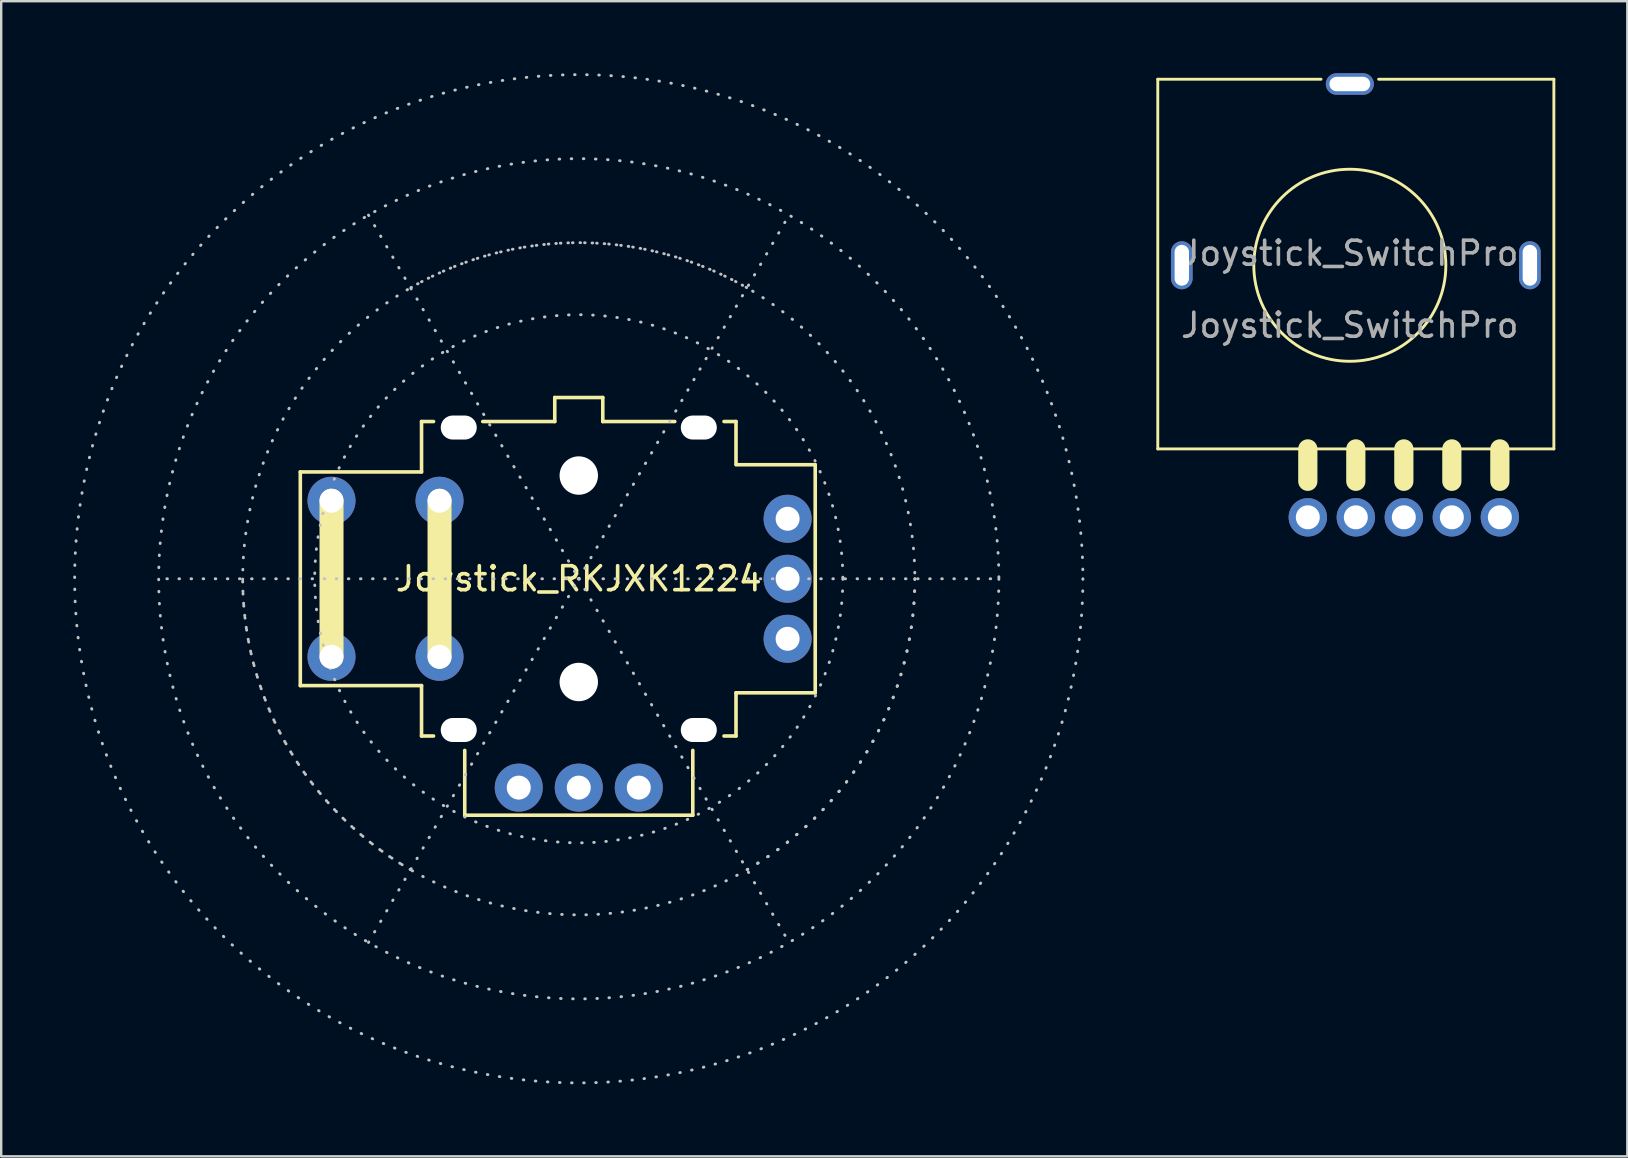
<source format=kicad_pcb>
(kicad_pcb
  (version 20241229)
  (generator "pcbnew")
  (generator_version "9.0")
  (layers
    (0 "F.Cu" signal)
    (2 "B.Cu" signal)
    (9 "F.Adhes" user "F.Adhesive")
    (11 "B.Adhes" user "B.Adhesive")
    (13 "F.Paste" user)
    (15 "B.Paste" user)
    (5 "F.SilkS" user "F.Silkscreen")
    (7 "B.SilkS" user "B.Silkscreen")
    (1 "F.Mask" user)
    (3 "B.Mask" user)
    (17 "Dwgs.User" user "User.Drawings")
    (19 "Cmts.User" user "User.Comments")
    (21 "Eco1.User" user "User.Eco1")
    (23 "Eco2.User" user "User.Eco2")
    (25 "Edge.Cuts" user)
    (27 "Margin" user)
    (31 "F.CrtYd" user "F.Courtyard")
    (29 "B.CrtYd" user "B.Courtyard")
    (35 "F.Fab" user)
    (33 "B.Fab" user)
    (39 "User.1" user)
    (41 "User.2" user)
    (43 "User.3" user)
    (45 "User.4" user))
  (footprint "Joystick_SwitchPro"
    (layer "F.Cu")
    (at 53.18 8)
    (property "Reference" "Joystick_SwitchPro" (at 0 -0.5 0) (unlocked yes) (layer "F.Fab") (effects (font (size 1 1) (thickness 0.15))))
    (attr through_hole)
    (fp_line (start -8 -7.75) (end -8 7.65) (stroke (width 0.12) (type default)) (layer "F.SilkS"))
    (fp_line (start -8 -7.75) (end -1.2 -7.75) (stroke (width 0.12) (type default)) (layer "F.SilkS"))
    (fp_line (start -8 7.65) (end 8.5 7.65) (stroke (width 0.12) (type default)) (layer "F.SilkS"))
    (fp_line (start -1.75 7.65) (end -1.75 9) (stroke (width 0.8) (type default)) (layer "F.SilkS"))
    (fp_line (start 0.25 7.65) (end 0.25 9) (stroke (width 0.8) (type default)) (layer "F.SilkS"))
    (fp_line (start 1.2 -7.75) (end 8.5 -7.75) (stroke (width 0.12) (type default)) (layer "F.SilkS"))
    (fp_line (start 2.25 7.65) (end 2.25 9) (stroke (width 0.8) (type default)) (layer "F.SilkS"))
    (fp_line (start 4.25 7.65) (end 4.25 9) (stroke (width 0.8) (type default)) (layer "F.SilkS"))
    (fp_line (start 6.25 7.65) (end 6.25 9) (stroke (width 0.8) (type default)) (layer "F.SilkS"))
    (fp_line (start 8.5 -7.75) (end 8.5 7.65) (stroke (width 0.12) (type default)) (layer "F.SilkS"))
    (fp_circle (center 0 0) (end 4 0) (stroke (width 0.12) (type default)) (fill no) (layer "F.SilkS"))
    (fp_text user "${REFERENCE}" (at 0 2.5 0) (unlocked yes) (layer "F.Fab") (effects (font (size 1 1) (thickness 0.15))))
    (pad "" np_thru_hole oval (at -7 0 90) (size 2 0.9) (drill oval 1.7 0.6) (layers "*.Cu" "*.Mask"))
    (pad "" np_thru_hole oval (at 0 -7.55 180) (size 2 0.9) (drill oval 1.7 0.6) (layers "*.Cu" "*.Mask"))
    (pad "" np_thru_hole oval (at 7.5 0 90) (size 2 0.9) (drill oval 1.7 0.6) (layers "*.Cu" "*.Mask"))
    (pad "1" thru_hole circle (at -1.75 10.5) (size 1.6 1.6) (drill 1) (layers "*.Cu" "*.Mask"))
    (pad "2" thru_hole circle (at 0.25 10.5) (size 1.6 1.6) (drill 1) (layers "*.Cu" "*.Mask"))
    (pad "3" thru_hole circle (at 2.25 10.5) (size 1.6 1.6) (drill 1) (layers "*.Cu" "*.Mask"))
    (pad "4" thru_hole circle (at 4.25 10.5) (size 1.6 1.6) (drill 1) (layers "*.Cu" "*.Mask"))
    (pad "5" thru_hole circle (at 6.25 10.5) (size 1.6 1.6) (drill 1) (layers "*.Cu" "*.Mask")))
  (footprint "Joystick_RKJXK1224"
    (layer "F.Cu")
    (at 21.06 21.06)
    (property "Reference" "Joystick_RKJXK1224" (at 0 0 180) (layer "F.SilkS") (effects (font (size 1 1) (thickness 0.15))))
    (attr through_hole)
    (fp_line (start -11.6 -4.45) (end -11.6 4.45) (stroke (width 0.15) (type solid)) (layer "F.SilkS"))
    (fp_line (start -10.3 -3.25) (end -10.3 3.25) (stroke (width 1) (type solid)) (layer "F.SilkS"))
    (fp_line (start -6.55 -6.55) (end -6.05 -6.55) (stroke (width 0.15) (type solid)) (layer "F.SilkS"))
    (fp_line (start -6.55 -4.45) (end -11.6 -4.45) (stroke (width 0.15) (type solid)) (layer "F.SilkS"))
    (fp_line (start -6.55 -4.45) (end -6.55 -6.55) (stroke (width 0.15) (type solid)) (layer "F.SilkS"))
    (fp_line (start -6.55 4.45) (end -11.6 4.45) (stroke (width 0.15) (type solid)) (layer "F.SilkS"))
    (fp_line (start -6.55 6.55) (end -6.55 4.45) (stroke (width 0.15) (type solid)) (layer "F.SilkS"))
    (fp_line (start -6.55 6.55) (end -6.05 6.55) (stroke (width 0.15) (type solid)) (layer "F.SilkS"))
    (fp_line (start -5.8 -3.25) (end -5.8 3.25) (stroke (width 1) (type solid)) (layer "F.SilkS"))
    (fp_line (start -4.75 9.85) (end -4.75 7.15) (stroke (width 0.15) (type solid)) (layer "F.SilkS"))
    (fp_line (start -4.75 9.85) (end 4.75 9.85) (stroke (width 0.15) (type solid)) (layer "F.SilkS"))
    (fp_line (start -4 -6.55) (end -1 -6.55) (stroke (width 0.15) (type solid)) (layer "F.SilkS"))
    (fp_line (start -1 -7.55) (end 1 -7.55) (stroke (width 0.15) (type solid)) (layer "F.SilkS"))
    (fp_line (start -1 -6.55) (end -1 -7.55) (stroke (width 0.15) (type solid)) (layer "F.SilkS"))
    (fp_line (start 1 -7.55) (end 1 -6.55) (stroke (width 0.15) (type solid)) (layer "F.SilkS"))
    (fp_line (start 4 -6.55) (end 1 -6.55) (stroke (width 0.15) (type solid)) (layer "F.SilkS"))
    (fp_line (start 4.75 9.85) (end 4.75 7.15) (stroke (width 0.15) (type solid)) (layer "F.SilkS"))
    (fp_line (start 6.55 -6.55) (end 6.05 -6.55) (stroke (width 0.15) (type solid)) (layer "F.SilkS"))
    (fp_line (start 6.55 -6.55) (end 6.55 -4.8) (stroke (width 0.15) (type solid)) (layer "F.SilkS"))
    (fp_line (start 6.55 -4.75) (end 9.85 -4.75) (stroke (width 0.15) (type solid)) (layer "F.SilkS"))
    (fp_line (start 6.55 4.75) (end 9.85 4.75) (stroke (width 0.15) (type solid)) (layer "F.SilkS"))
    (fp_line (start 6.55 6.55) (end 6.05 6.55) (stroke (width 0.15) (type solid)) (layer "F.SilkS"))
    (fp_line (start 6.55 6.55) (end 6.55 4.75) (stroke (width 0.15) (type solid)) (layer "F.SilkS"))
    (fp_line (start 9.85 -4.75) (end 9.85 4.75) (stroke (width 0.15) (type solid)) (layer "F.SilkS"))
    (fp_line (start -8.76 -15.15) (end 0 0) (stroke (width 0.12) (type dot)) (layer "Dwgs.User"))
    (fp_line (start -8.76 15.15) (end 0 0) (stroke (width 0.12) (type dot)) (layer "Dwgs.User"))
    (fp_line (start 0 0) (end -17.5 0) (stroke (width 0.12) (type dot)) (layer "Dwgs.User"))
    (fp_line (start 0 0) (end 8.76 -15.15) (stroke (width 0.12) (type dot)) (layer "Dwgs.User"))
    (fp_line (start 0 0) (end 8.76 15.15) (stroke (width 0.12) (type dot)) (layer "Dwgs.User"))
    (fp_line (start 0 0) (end 17.5 0) (stroke (width 0.12) (type dot)) (layer "Dwgs.User"))
    (fp_arc (start -7.007884 12.1198) (mid -12.126631 6.996057) (end -14 0) (stroke (width 0.12) (type dot)) (layer "Dwgs.User"))
    (fp_arc (start -6.990431 -12.129875) (mid 0.010076 -13.999996) (end 7.007884 -12.119801) (stroke (width 0.12) (type dot)) (layer "Dwgs.User"))
    (fp_arc (start 14 0) (mid 12.126631 6.996057) (end 7.007884 12.1198) (stroke (width 0.12) (type dot)) (layer "Dwgs.User"))
    (fp_circle (center 0 0) (end 11 0) (stroke (width 0.12) (type dot)) (fill no) (layer "Dwgs.User"))
    (fp_circle (center 0 0) (end 14 0) (stroke (width 0.12) (type dot)) (fill no) (layer "Dwgs.User"))
    (fp_circle (center 0 0) (end 17.5 0) (stroke (width 0.12) (type dot)) (fill no) (layer "Dwgs.User"))
    (fp_circle (center 0 0) (end 21 0) (stroke (width 0.12) (type dot)) (fill no) (layer "Dwgs.User"))
    (fp_line (start -11.6 -4.45) (end -11.6 4.45) (stroke (width 0.05) (type solid)) (layer "Eco1.User"))
    (fp_line (start -11.6 4.45) (end -6.55 4.45) (stroke (width 0.05) (type solid)) (layer "Eco1.User"))
    (fp_line (start -6.55 -6.55) (end -6.55 -4.45) (stroke (width 0.05) (type solid)) (layer "Eco1.User"))
    (fp_line (start -6.55 -4.45) (end -11.6 -4.45) (stroke (width 0.05) (type solid)) (layer "Eco1.User"))
    (fp_line (start -6.55 4.45) (end -6.55 6.55) (stroke (width 0.05) (type solid)) (layer "Eco1.User"))
    (fp_line (start -6.55 6.55) (end -4.75 6.55) (stroke (width 0.05) (type solid)) (layer "Eco1.User"))
    (fp_line (start -4.75 6.55) (end -4.75 9.85) (stroke (width 0.05) (type solid)) (layer "Eco1.User"))
    (fp_line (start -4.75 9.85) (end 4.75 9.85) (stroke (width 0.05) (type solid)) (layer "Eco1.User"))
    (fp_line (start 4.75 6.55) (end 6.55 6.55) (stroke (width 0.05) (type solid)) (layer "Eco1.User"))
    (fp_line (start 4.75 9.85) (end 4.75 6.55) (stroke (width 0.05) (type solid)) (layer "Eco1.User"))
    (fp_line (start 6.55 -6.55) (end -6.55 -6.55) (stroke (width 0.05) (type solid)) (layer "Eco1.User"))
    (fp_line (start 6.55 -4.75) (end 6.55 -6.55) (stroke (width 0.05) (type solid)) (layer "Eco1.User"))
    (fp_line (start 6.55 4.75) (end 9.85 4.75) (stroke (width 0.05) (type solid)) (layer "Eco1.User"))
    (fp_line (start 6.55 6.55) (end 6.55 4.75) (stroke (width 0.05) (type solid)) (layer "Eco1.User"))
    (fp_line (start 9.85 -4.75) (end 6.55 -4.75) (stroke (width 0.05) (type solid)) (layer "Eco1.User"))
    (fp_line (start 9.85 4.75) (end 9.85 -4.75) (stroke (width 0.05) (type solid)) (layer "Eco1.User"))
    (pad "" np_thru_hole oval (at -5 -6.3) (size 1.5 1) (drill oval 1.5 1) (layers "*.Cu" "*.Mask"))
    (pad "" np_thru_hole oval (at -5 6.3) (size 1.5 1) (drill oval 1.5 1) (layers "*.Cu" "*.Mask"))
    (pad "" np_thru_hole circle (at 0 -4.3) (size 1.6 1.6) (drill 1.6) (layers "*.Cu" "*.Mask"))
    (pad "" np_thru_hole circle (at 0 4.3) (size 1.6 1.6) (drill 1.6) (layers "*.Cu" "*.Mask"))
    (pad "" np_thru_hole oval (at 5 -6.3 180) (size 1.5 1) (drill oval 1.5 1) (layers "*.Cu" "*.Mask"))
    (pad "" np_thru_hole oval (at 5 6.3) (size 1.5 1) (drill oval 1.5 1) (layers "*.Cu" "*.Mask"))
    (pad "1" thru_hole circle (at -2.5 8.7) (size 2 2) (drill 1) (layers "*.Cu" "*.Mask"))
    (pad "1" thru_hole circle (at 8.7 2.5) (size 2 2) (drill 1) (layers "*.Cu" "*.Mask"))
    (pad "2" thru_hole circle (at 2.5 8.7) (size 2 2) (drill 1) (layers "*.Cu" "*.Mask"))
    (pad "2" thru_hole circle (at 8.7 -2.5) (size 2 2) (drill 1) (layers "*.Cu" "*.Mask"))
    (pad "3" thru_hole circle (at 0 8.7) (size 2 2) (drill 1) (layers "*.Cu" "*.Mask"))
    (pad "4" thru_hole circle (at 8.7 0 180) (size 2 2) (drill 1) (layers "*.Cu" "*.Mask"))
    (pad "5" thru_hole circle (at -10.3 -3.25) (size 2 2) (drill 1) (layers "*.Cu" "*.Mask"))
    (pad "5" thru_hole circle (at -10.3 3.25) (size 2 2) (drill 1) (layers "*.Cu" "*.Mask"))
    (pad "6" thru_hole circle (at -5.8 -3.25) (size 2 2) (drill 1) (layers "*.Cu" "*.Mask"))
    (pad "6" thru_hole circle (at -5.8 3.25) (size 2 2) (drill 1) (layers "*.Cu" "*.Mask")))
  (gr_rect
    (start -3 -3)
    (end 64.74 45.12)
    (stroke (width 0.1) (type default))
    (fill no)
    (layer "Edge.Cuts")))
</source>
